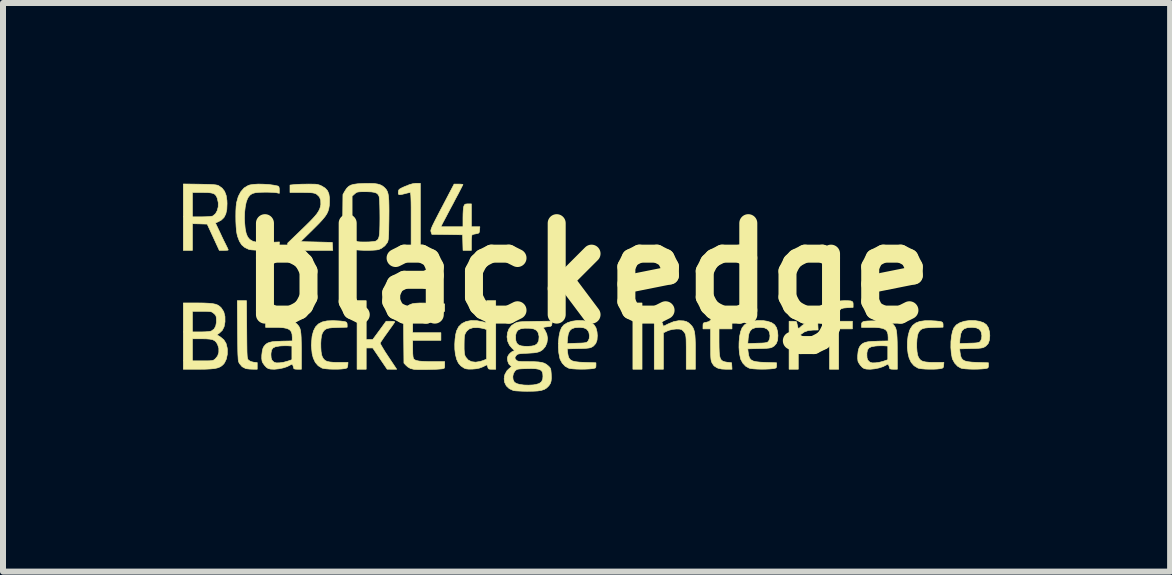
<source format=kicad_pcb>
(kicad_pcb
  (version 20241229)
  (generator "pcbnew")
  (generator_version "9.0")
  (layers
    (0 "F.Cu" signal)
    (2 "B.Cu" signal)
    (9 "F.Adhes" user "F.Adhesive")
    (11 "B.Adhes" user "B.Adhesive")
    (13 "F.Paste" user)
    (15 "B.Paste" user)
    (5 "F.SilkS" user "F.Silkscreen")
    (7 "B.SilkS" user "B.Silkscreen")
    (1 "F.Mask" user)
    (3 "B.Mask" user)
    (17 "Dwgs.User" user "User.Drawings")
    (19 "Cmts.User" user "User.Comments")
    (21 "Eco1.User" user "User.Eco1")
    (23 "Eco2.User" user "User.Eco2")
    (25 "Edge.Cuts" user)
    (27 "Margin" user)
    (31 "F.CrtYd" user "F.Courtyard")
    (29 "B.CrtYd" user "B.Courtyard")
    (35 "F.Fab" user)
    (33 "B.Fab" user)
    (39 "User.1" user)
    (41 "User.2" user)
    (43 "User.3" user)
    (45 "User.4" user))
  (footprint "blackedge"
    (layer "F.Cu")
    (at 6.736 1.504)
    (property "Reference" "blackedge" (at 0 0 0) (layer "F.SilkS") (effects (font (size 1.524 1.524) (thickness 0.3))))
    (attr through_hole)
    (fp_poly (pts (xy 0.914 1.6) (xy 0.762 1.6) (xy 0.762 0.495) (xy 0.914 0.495) (xy 0.914 1.6)) (stroke (width 0.01) (type solid)) (fill yes) (layer "F.SilkS"))
    (fp_poly (pts (xy 3.842 0.794) (xy 3.845 0.87) (xy 3.849 0.946) (xy 3.763 0.947) (xy 3.684 0.955) (xy 3.619 0.978) (xy 3.561 1.019) (xy 3.553 1.026) (xy 3.518 1.059) (xy 3.518 1.6) (xy 3.365 1.6) (xy 3.365 0.8) (xy 3.429 0.8) (xy 3.473 0.803) (xy 3.492 0.812) (xy 3.493 0.816) (xy 3.496 0.838) (xy 3.504 0.872) (xy 3.506 0.88) (xy 3.519 0.928) (xy 3.583 0.871) (xy 3.654 0.82) (xy 3.726 0.793) (xy 3.795 0.79) (xy 3.842 0.794)) (stroke (width 0.01) (type solid)) (fill yes) (layer "F.SilkS"))
    (fp_poly (pts (xy -2.781 -1.499) (xy -2.781 -0.381) (xy -2.934 -0.381) (xy -2.934 -0.864) (xy -2.934 -0.992) (xy -2.934 -1.098) (xy -2.935 -1.181) (xy -2.937 -1.246) (xy -2.939 -1.292) (xy -2.942 -1.323) (xy -2.945 -1.341) (xy -2.949 -1.346) (xy -2.95 -1.346) (xy -2.97 -1.343) (xy -3.006 -1.335) (xy -3.035 -1.327) (xy -3.089 -1.314) (xy -3.123 -1.309) (xy -3.141 -1.313) (xy -3.148 -1.329) (xy -3.147 -1.354) (xy -3.144 -1.376) (xy -3.137 -1.392) (xy -3.121 -1.406) (xy -3.092 -1.422) (xy -3.046 -1.443) (xy -3.03 -1.45) (xy -2.962 -1.477) (xy -2.908 -1.492) (xy -2.862 -1.498) (xy -2.849 -1.499) (xy -2.781 -1.499)) (stroke (width 0.01) (type solid)) (fill yes) (layer "F.SilkS"))
    (fp_poly (pts (xy -5.674 0.939) (xy -5.673 1.063) (xy -5.672 1.163) (xy -5.671 1.243) (xy -5.67 1.306) (xy -5.668 1.353) (xy -5.666 1.387) (xy -5.662 1.411) (xy -5.658 1.427) (xy -5.653 1.437) (xy -5.647 1.445) (xy -5.643 1.449) (xy -5.607 1.471) (xy -5.558 1.483) (xy -5.499 1.489) (xy -5.499 1.6) (xy -5.578 1.599) (xy -5.627 1.597) (xy -5.671 1.592) (xy -5.694 1.587) (xy -5.75 1.558) (xy -5.795 1.505) (xy -5.802 1.492) (xy -5.807 1.48) (xy -5.812 1.463) (xy -5.816 1.438) (xy -5.818 1.403) (xy -5.821 1.356) (xy -5.823 1.294) (xy -5.824 1.215) (xy -5.825 1.116) (xy -5.827 0.994) (xy -5.827 0.956) (xy -5.831 0.457) (xy -5.678 0.457) (xy -5.674 0.939)) (stroke (width 0.01) (type solid)) (fill yes) (layer "F.SilkS"))
    (fp_poly (pts (xy -3.683 1.105) (xy -3.574 1.105) (xy -3.462 0.953) (xy -3.351 0.8) (xy -3.275 0.8) (xy -3.232 0.801) (xy -3.211 0.806) (xy -3.208 0.814) (xy -3.209 0.816) (xy -3.219 0.831) (xy -3.242 0.864) (xy -3.273 0.908) (xy -3.311 0.961) (xy -3.331 0.989) (xy -3.371 1.045) (xy -3.405 1.094) (xy -3.431 1.133) (xy -3.447 1.157) (xy -3.45 1.162) (xy -3.445 1.178) (xy -3.428 1.21) (xy -3.4 1.257) (xy -3.365 1.314) (xy -3.323 1.378) (xy -3.315 1.39) (xy -3.175 1.6) (xy -3.254 1.6) (xy -3.334 1.599) (xy -3.454 1.422) (xy -3.574 1.245) (xy -3.683 1.245) (xy -3.683 1.6) (xy -3.835 1.6) (xy -3.835 0.457) (xy -3.683 0.457) (xy -3.683 1.105)) (stroke (width 0.01) (type solid)) (fill yes) (layer "F.SilkS"))
    (fp_poly (pts (xy 4.35 0.458) (xy 4.392 0.461) (xy 4.416 0.47) (xy 4.428 0.484) (xy 4.432 0.507) (xy 4.432 0.521) (xy 4.432 0.569) (xy 4.336 0.574) (xy 4.273 0.58) (xy 4.231 0.593) (xy 4.206 0.619) (xy 4.194 0.66) (xy 4.191 0.719) (xy 4.191 0.8) (xy 4.42 0.8) (xy 4.42 0.927) (xy 4.191 0.927) (xy 4.191 1.6) (xy 4.039 1.6) (xy 4.039 0.927) (xy 3.924 0.927) (xy 3.924 0.877) (xy 3.925 0.849) (xy 3.932 0.831) (xy 3.951 0.821) (xy 3.987 0.811) (xy 4.002 0.808) (xy 4.019 0.803) (xy 4.029 0.792) (xy 4.035 0.772) (xy 4.039 0.735) (xy 4.041 0.701) (xy 4.051 0.614) (xy 4.073 0.549) (xy 4.108 0.503) (xy 4.158 0.474) (xy 4.227 0.46) (xy 4.288 0.457) (xy 4.35 0.458)) (stroke (width 0.01) (type solid)) (fill yes) (layer "F.SilkS"))
    (fp_poly (pts (xy 1.609 0.794) (xy 1.653 0.805) (xy 1.69 0.826) (xy 1.722 0.855) (xy 1.746 0.881) (xy 1.764 0.909) (xy 1.778 0.942) (xy 1.789 0.982) (xy 1.796 1.035) (xy 1.8 1.102) (xy 1.803 1.187) (xy 1.803 1.293) (xy 1.803 1.321) (xy 1.803 1.6) (xy 1.651 1.6) (xy 1.651 1.318) (xy 1.651 1.225) (xy 1.65 1.153) (xy 1.649 1.101) (xy 1.646 1.062) (xy 1.642 1.035) (xy 1.637 1.016) (xy 1.629 1) (xy 1.626 0.995) (xy 1.602 0.963) (xy 1.576 0.941) (xy 1.574 0.939) (xy 1.537 0.93) (xy 1.485 0.929) (xy 1.426 0.935) (xy 1.368 0.949) (xy 1.33 0.964) (xy 1.27 0.993) (xy 1.27 1.6) (xy 1.118 1.6) (xy 1.118 0.8) (xy 1.18 0.8) (xy 1.218 0.801) (xy 1.239 0.808) (xy 1.25 0.825) (xy 1.257 0.842) (xy 1.27 0.884) (xy 1.353 0.843) (xy 1.443 0.806) (xy 1.527 0.79) (xy 1.609 0.794)) (stroke (width 0.01) (type solid)) (fill yes) (layer "F.SilkS"))
    (fp_poly (pts (xy 2.197 0.8) (xy 2.413 0.8) (xy 2.413 0.927) (xy 2.197 0.927) (xy 2.197 1.14) (xy 2.198 1.24) (xy 2.201 1.317) (xy 2.207 1.376) (xy 2.218 1.418) (xy 2.235 1.446) (xy 2.26 1.465) (xy 2.293 1.476) (xy 2.336 1.484) (xy 2.342 1.484) (xy 2.407 1.492) (xy 2.414 1.6) (xy 2.315 1.6) (xy 2.242 1.596) (xy 2.185 1.584) (xy 2.163 1.575) (xy 2.114 1.543) (xy 2.084 1.5) (xy 2.075 1.481) (xy 2.068 1.46) (xy 2.063 1.433) (xy 2.06 1.398) (xy 2.058 1.348) (xy 2.058 1.282) (xy 2.057 1.194) (xy 2.057 0.927) (xy 1.93 0.927) (xy 1.93 0.876) (xy 1.932 0.844) (xy 1.941 0.828) (xy 1.966 0.82) (xy 1.982 0.818) (xy 2.031 0.804) (xy 2.059 0.779) (xy 2.07 0.741) (xy 2.07 0.731) (xy 2.072 0.692) (xy 2.076 0.644) (xy 2.078 0.63) (xy 2.086 0.572) (xy 2.197 0.572) (xy 2.197 0.8)) (stroke (width 0.01) (type solid)) (fill yes) (layer "F.SilkS"))
    (fp_poly (pts (xy -4.575 -1.485) (xy -4.528 -1.484) (xy -4.493 -1.479) (xy -4.464 -1.471) (xy -4.435 -1.459) (xy -4.419 -1.451) (xy -4.365 -1.417) (xy -4.328 -1.376) (xy -4.305 -1.324) (xy -4.295 -1.256) (xy -4.295 -1.187) (xy -4.298 -1.129) (xy -4.306 -1.079) (xy -4.319 -1.034) (xy -4.34 -0.989) (xy -4.371 -0.943) (xy -4.414 -0.891) (xy -4.471 -0.829) (xy -4.544 -0.756) (xy -4.574 -0.726) (xy -4.777 -0.527) (xy -4.512 -0.521) (xy -4.248 -0.514) (xy -4.244 -0.448) (xy -4.24 -0.381) (xy -4.991 -0.381) (xy -4.991 -0.503) (xy -4.753 -0.732) (xy -4.668 -0.815) (xy -4.6 -0.883) (xy -4.547 -0.94) (xy -4.507 -0.988) (xy -4.479 -1.03) (xy -4.459 -1.069) (xy -4.447 -1.106) (xy -4.439 -1.145) (xy -4.439 -1.15) (xy -4.441 -1.218) (xy -4.463 -1.274) (xy -4.506 -1.315) (xy -4.521 -1.324) (xy -4.544 -1.333) (xy -4.572 -1.339) (xy -4.611 -1.343) (xy -4.664 -1.345) (xy -4.738 -1.346) (xy -4.759 -1.346) (xy -4.953 -1.346) (xy -4.953 -1.47) (xy -4.875 -1.478) (xy -4.83 -1.481) (xy -4.768 -1.484) (xy -4.699 -1.485) (xy -4.642 -1.486) (xy -4.575 -1.485)) (stroke (width 0.01) (type solid)) (fill yes) (layer "F.SilkS"))
    (fp_poly (pts (xy -4.187 0.792) (xy -4.114 0.796) (xy -4.064 0.802) (xy -4.031 0.808) (xy -4.012 0.818) (xy -4.003 0.832) (xy -4.001 0.852) (xy -4 0.857) (xy -4 0.899) (xy -4.162 0.904) (xy -4.242 0.907) (xy -4.3 0.913) (xy -4.342 0.924) (xy -4.372 0.941) (xy -4.395 0.966) (xy -4.415 1) (xy -4.415 1.001) (xy -4.428 1.041) (xy -4.436 1.099) (xy -4.44 1.167) (xy -4.439 1.238) (xy -4.435 1.305) (xy -4.426 1.36) (xy -4.417 1.387) (xy -4.397 1.424) (xy -4.371 1.451) (xy -4.336 1.469) (xy -4.288 1.479) (xy -4.222 1.485) (xy -4.149 1.486) (xy -3.986 1.486) (xy -3.99 1.533) (xy -3.995 1.564) (xy -4.007 1.58) (xy -4.035 1.588) (xy -4.045 1.59) (xy -4.097 1.596) (xy -4.161 1.599) (xy -4.23 1.599) (xy -4.297 1.597) (xy -4.357 1.592) (xy -4.402 1.585) (xy -4.42 1.58) (xy -4.483 1.541) (xy -4.531 1.486) (xy -4.565 1.413) (xy -4.584 1.34) (xy -4.597 1.202) (xy -4.586 1.063) (xy -4.584 1.047) (xy -4.561 0.961) (xy -4.527 0.894) (xy -4.479 0.845) (xy -4.416 0.812) (xy -4.336 0.794) (xy -4.236 0.79) (xy -4.187 0.792)) (stroke (width 0.01) (type solid)) (fill yes) (layer "F.SilkS"))
    (fp_poly (pts (xy 5.734 0.791) (xy 5.745 0.792) (xy 5.817 0.796) (xy 5.868 0.802) (xy 5.901 0.808) (xy 5.92 0.818) (xy 5.928 0.832) (xy 5.931 0.852) (xy 5.931 0.857) (xy 5.931 0.899) (xy 5.769 0.904) (xy 5.69 0.907) (xy 5.631 0.913) (xy 5.589 0.924) (xy 5.559 0.941) (xy 5.536 0.966) (xy 5.516 1) (xy 5.516 1.001) (xy 5.504 1.041) (xy 5.496 1.099) (xy 5.492 1.167) (xy 5.492 1.238) (xy 5.497 1.305) (xy 5.506 1.36) (xy 5.515 1.387) (xy 5.535 1.424) (xy 5.56 1.451) (xy 5.595 1.469) (xy 5.643 1.479) (xy 5.71 1.485) (xy 5.782 1.486) (xy 5.945 1.486) (xy 5.941 1.533) (xy 5.937 1.564) (xy 5.924 1.58) (xy 5.896 1.588) (xy 5.886 1.59) (xy 5.835 1.596) (xy 5.771 1.599) (xy 5.702 1.599) (xy 5.634 1.597) (xy 5.574 1.592) (xy 5.529 1.585) (xy 5.512 1.58) (xy 5.448 1.541) (xy 5.4 1.486) (xy 5.366 1.413) (xy 5.348 1.34) (xy 5.336 1.242) (xy 5.337 1.141) (xy 5.348 1.046) (xy 5.37 0.962) (xy 5.386 0.925) (xy 5.424 0.87) (xy 5.476 0.829) (xy 5.543 0.803) (xy 5.629 0.791) (xy 5.734 0.791)) (stroke (width 0.01) (type solid)) (fill yes) (layer "F.SilkS"))
    (fp_poly (pts (xy -2.105 -1.485) (xy -2.078 -1.482) (xy -2.07 -1.479) (xy -2.076 -1.467) (xy -2.092 -1.435) (xy -2.117 -1.386) (xy -2.149 -1.324) (xy -2.188 -1.252) (xy -2.23 -1.171) (xy -2.233 -1.165) (xy -2.278 -1.082) (xy -2.319 -1.004) (xy -2.355 -0.935) (xy -2.385 -0.879) (xy -2.407 -0.838) (xy -2.418 -0.816) (xy -2.439 -0.775) (xy -2.07 -0.775) (xy -2.07 -0.925) (xy -2.069 -0.989) (xy -2.066 -1.046) (xy -2.061 -1.092) (xy -2.056 -1.116) (xy -2.045 -1.141) (xy -2.029 -1.152) (xy -1.999 -1.156) (xy -1.986 -1.156) (xy -1.93 -1.156) (xy -1.93 -0.775) (xy -1.789 -0.775) (xy -1.793 -0.721) (xy -1.797 -0.687) (xy -1.807 -0.67) (xy -1.831 -0.662) (xy -1.851 -0.658) (xy -1.888 -0.651) (xy -1.913 -0.643) (xy -1.918 -0.641) (xy -1.923 -0.626) (xy -1.927 -0.591) (xy -1.93 -0.543) (xy -1.93 -0.507) (xy -1.93 -0.381) (xy -2.069 -0.381) (xy -2.076 -0.641) (xy -2.332 -0.645) (xy -2.588 -0.648) (xy -2.602 -0.687) (xy -2.605 -0.699) (xy -2.606 -0.713) (xy -2.602 -0.73) (xy -2.594 -0.754) (xy -2.58 -0.788) (xy -2.558 -0.833) (xy -2.529 -0.891) (xy -2.49 -0.967) (xy -2.441 -1.061) (xy -2.417 -1.106) (xy -2.218 -1.486) (xy -2.144 -1.486) (xy -2.105 -1.485)) (stroke (width 0.01) (type solid)) (fill yes) (layer "F.SilkS"))
    (fp_poly (pts (xy -6.455 -1.484) (xy -6.36 -1.482) (xy -6.287 -1.48) (xy -6.232 -1.477) (xy -6.193 -1.473) (xy -6.165 -1.468) (xy -6.146 -1.461) (xy -6.14 -1.458) (xy -6.084 -1.418) (xy -6.043 -1.365) (xy -6.017 -1.297) (xy -6.004 -1.212) (xy -6.002 -1.162) (xy -6.006 -1.065) (xy -6.023 -0.989) (xy -6.053 -0.93) (xy -6.098 -0.886) (xy -6.149 -0.858) (xy -6.196 -0.838) (xy -6.122 -0.683) (xy -6.092 -0.618) (xy -6.062 -0.555) (xy -6.035 -0.501) (xy -6.016 -0.463) (xy -6.015 -0.461) (xy -5.997 -0.424) (xy -5.985 -0.397) (xy -5.982 -0.388) (xy -5.993 -0.384) (xy -6.023 -0.382) (xy -6.056 -0.381) (xy -6.131 -0.381) (xy -6.232 -0.6) (xy -6.333 -0.819) (xy -6.456 -0.823) (xy -6.579 -0.826) (xy -6.579 -0.381) (xy -6.731 -0.381) (xy -6.731 -1.346) (xy -6.579 -1.346) (xy -6.579 -0.94) (xy -6.423 -0.94) (xy -6.345 -0.942) (xy -6.285 -0.946) (xy -6.246 -0.952) (xy -6.237 -0.956) (xy -6.195 -0.991) (xy -6.166 -1.043) (xy -6.149 -1.106) (xy -6.148 -1.175) (xy -6.163 -1.244) (xy -6.165 -1.251) (xy -6.181 -1.286) (xy -6.201 -1.312) (xy -6.229 -1.329) (xy -6.269 -1.339) (xy -6.325 -1.345) (xy -6.402 -1.346) (xy -6.419 -1.346) (xy -6.579 -1.346) (xy -6.731 -1.346) (xy -6.731 -1.488) (xy -6.455 -1.484)) (stroke (width 0.01) (type solid)) (fill yes) (layer "F.SilkS"))
    (fp_poly (pts (xy -5.396 -1.484) (xy -5.307 -1.479) (xy -5.225 -1.468) (xy -5.157 -1.454) (xy -5.153 -1.453) (xy -5.138 -1.441) (xy -5.132 -1.415) (xy -5.131 -1.389) (xy -5.131 -1.332) (xy -5.178 -1.342) (xy -5.21 -1.346) (xy -5.26 -1.349) (xy -5.321 -1.351) (xy -5.379 -1.351) (xy -5.465 -1.349) (xy -5.531 -1.342) (xy -5.579 -1.329) (xy -5.615 -1.306) (xy -5.643 -1.274) (xy -5.661 -1.244) (xy -5.683 -1.184) (xy -5.699 -1.105) (xy -5.709 -1.013) (xy -5.712 -0.915) (xy -5.709 -0.848) (xy -5.7 -0.747) (xy -5.684 -0.667) (xy -5.66 -0.607) (xy -5.624 -0.563) (xy -5.574 -0.534) (xy -5.508 -0.517) (xy -5.422 -0.511) (xy -5.314 -0.513) (xy -5.305 -0.513) (xy -5.129 -0.522) (xy -5.133 -0.467) (xy -5.137 -0.413) (xy -5.207 -0.398) (xy -5.258 -0.391) (xy -5.322 -0.386) (xy -5.395 -0.383) (xy -5.469 -0.383) (xy -5.538 -0.386) (xy -5.596 -0.39) (xy -5.637 -0.397) (xy -5.642 -0.399) (xy -5.707 -0.43) (xy -5.758 -0.474) (xy -5.796 -0.534) (xy -5.826 -0.613) (xy -5.836 -0.653) (xy -5.845 -0.708) (xy -5.851 -0.78) (xy -5.855 -0.864) (xy -5.856 -0.952) (xy -5.855 -1.037) (xy -5.851 -1.113) (xy -5.844 -1.171) (xy -5.843 -1.178) (xy -5.815 -1.278) (xy -5.772 -1.359) (xy -5.718 -1.421) (xy -5.652 -1.461) (xy -5.62 -1.472) (xy -5.559 -1.481) (xy -5.482 -1.486) (xy -5.396 -1.484)) (stroke (width 0.01) (type solid)) (fill yes) (layer "F.SilkS"))
    (fp_poly (pts (xy -2.704 0.497) (xy -2.597 0.501) (xy -2.586 0.501) (xy -2.375 0.511) (xy -2.375 0.635) (xy -2.608 0.635) (xy -2.703 0.635) (xy -2.775 0.637) (xy -2.828 0.642) (xy -2.865 0.653) (xy -2.888 0.671) (xy -2.901 0.699) (xy -2.907 0.739) (xy -2.908 0.793) (xy -2.908 0.839) (xy -2.908 0.991) (xy -2.438 0.991) (xy -2.438 1.118) (xy -2.908 1.118) (xy -2.908 1.261) (xy -2.907 1.34) (xy -2.902 1.394) (xy -2.894 1.424) (xy -2.892 1.427) (xy -2.874 1.443) (xy -2.844 1.455) (xy -2.799 1.464) (xy -2.737 1.469) (xy -2.654 1.472) (xy -2.575 1.473) (xy -2.375 1.473) (xy -2.375 1.53) (xy -2.376 1.565) (xy -2.383 1.583) (xy -2.402 1.59) (xy -2.416 1.593) (xy -2.453 1.596) (xy -2.508 1.6) (xy -2.575 1.602) (xy -2.648 1.604) (xy -2.721 1.605) (xy -2.788 1.605) (xy -2.843 1.604) (xy -2.881 1.602) (xy -2.889 1.601) (xy -2.946 1.587) (xy -2.99 1.561) (xy -3.023 1.531) (xy -3.054 1.497) (xy -3.058 1.068) (xy -3.059 0.953) (xy -3.06 0.86) (xy -3.06 0.787) (xy -3.059 0.731) (xy -3.058 0.689) (xy -3.055 0.659) (xy -3.052 0.638) (xy -3.047 0.622) (xy -3.041 0.61) (xy -3.033 0.598) (xy -3.033 0.597) (xy -3.008 0.565) (xy -2.981 0.539) (xy -2.949 0.52) (xy -2.909 0.507) (xy -2.857 0.5) (xy -2.789 0.496) (xy -2.704 0.497)) (stroke (width 0.01) (type solid)) (fill yes) (layer "F.SilkS"))
    (fp_poly (pts (xy -1.524 1.6) (xy -1.586 1.6) (xy -1.624 1.599) (xy -1.644 1.593) (xy -1.653 1.578) (xy -1.657 1.561) (xy -1.666 1.536) (xy -1.674 1.527) (xy -1.674 1.527) (xy -1.741 1.56) (xy -1.797 1.581) (xy -1.852 1.592) (xy -1.911 1.597) (xy -1.973 1.598) (xy -2.017 1.593) (xy -2.048 1.582) (xy -2.051 1.581) (xy -2.105 1.544) (xy -2.146 1.497) (xy -2.175 1.435) (xy -2.196 1.353) (xy -2.198 1.339) (xy -2.206 1.266) (xy -2.207 1.194) (xy -2.051 1.194) (xy -2.051 1.263) (xy -2.048 1.312) (xy -2.044 1.347) (xy -2.037 1.373) (xy -2.026 1.396) (xy -2.025 1.397) (xy -1.984 1.445) (xy -1.928 1.474) (xy -1.859 1.482) (xy -1.781 1.47) (xy -1.73 1.453) (xy -1.676 1.431) (xy -1.676 0.939) (xy -1.711 0.926) (xy -1.743 0.918) (xy -1.788 0.91) (xy -1.829 0.906) (xy -1.904 0.908) (xy -1.962 0.926) (xy -2.006 0.963) (xy -2.025 0.991) (xy -2.036 1.013) (xy -2.044 1.039) (xy -2.048 1.073) (xy -2.05 1.121) (xy -2.051 1.189) (xy -2.051 1.194) (xy -2.207 1.194) (xy -2.207 1.182) (xy -2.202 1.097) (xy -2.191 1.019) (xy -2.177 0.961) (xy -2.141 0.89) (xy -2.087 0.838) (xy -2.018 0.804) (xy -1.933 0.788) (xy -1.835 0.791) (xy -1.724 0.813) (xy -1.699 0.82) (xy -1.69 0.821) (xy -1.684 0.815) (xy -1.68 0.798) (xy -1.678 0.767) (xy -1.677 0.719) (xy -1.676 0.648) (xy -1.676 0.642) (xy -1.676 0.457) (xy -1.524 0.457) (xy -1.524 1.6)) (stroke (width 0.01) (type solid)) (fill yes) (layer "F.SilkS"))
    (fp_poly (pts (xy -0.078 0.789) (xy -0.009 0.8) (xy 0.061 0.822) (xy 0.112 0.857) (xy 0.146 0.908) (xy 0.164 0.977) (xy 0.169 1.039) (xy 0.164 1.113) (xy 0.143 1.17) (xy 0.106 1.212) (xy 0.091 1.222) (xy 0.07 1.234) (xy 0.048 1.242) (xy 0.019 1.247) (xy -0.021 1.251) (xy -0.078 1.254) (xy -0.145 1.255) (xy -0.333 1.26) (xy -0.326 1.324) (xy -0.317 1.375) (xy -0.303 1.414) (xy -0.28 1.442) (xy -0.245 1.462) (xy -0.195 1.474) (xy -0.125 1.482) (xy -0.038 1.486) (xy 0.146 1.492) (xy 0.146 1.537) (xy 0.144 1.564) (xy 0.135 1.579) (xy 0.111 1.586) (xy 0.089 1.59) (xy 0.034 1.595) (xy -0.033 1.598) (xy -0.105 1.599) (xy -0.177 1.597) (xy -0.24 1.593) (xy -0.289 1.587) (xy -0.311 1.581) (xy -0.368 1.549) (xy -0.416 1.498) (xy -0.45 1.436) (xy -0.457 1.412) (xy -0.473 1.328) (xy -0.48 1.235) (xy -0.479 1.172) (xy -0.334 1.172) (xy -0.172 1.166) (xy -0.104 1.164) (xy -0.058 1.161) (xy -0.027 1.156) (xy -0.007 1.15) (xy 0.006 1.14) (xy 0.014 1.131) (xy 0.033 1.092) (xy 0.038 1.041) (xy 0.029 0.989) (xy 0.02 0.967) (xy -0.01 0.931) (xy -0.055 0.91) (xy -0.12 0.902) (xy -0.132 0.902) (xy -0.204 0.907) (xy -0.256 0.925) (xy -0.292 0.958) (xy -0.315 1.009) (xy -0.327 1.082) (xy -0.327 1.09) (xy -0.334 1.172) (xy -0.479 1.172) (xy -0.478 1.14) (xy -0.469 1.049) (xy -0.452 0.97) (xy -0.428 0.909) (xy -0.428 0.909) (xy -0.389 0.861) (xy -0.33 0.825) (xy -0.255 0.8) (xy -0.17 0.788) (xy -0.078 0.789)) (stroke (width 0.01) (type solid)) (fill yes) (layer "F.SilkS"))
    (fp_poly (pts (xy 2.932 0.789) (xy 3.001 0.8) (xy 3.071 0.822) (xy 3.122 0.857) (xy 3.156 0.908) (xy 3.174 0.977) (xy 3.179 1.039) (xy 3.174 1.113) (xy 3.153 1.17) (xy 3.116 1.212) (xy 3.1 1.222) (xy 3.08 1.234) (xy 3.058 1.242) (xy 3.029 1.247) (xy 2.988 1.251) (xy 2.932 1.254) (xy 2.865 1.255) (xy 2.676 1.26) (xy 2.684 1.324) (xy 2.693 1.375) (xy 2.707 1.414) (xy 2.73 1.442) (xy 2.765 1.462) (xy 2.815 1.474) (xy 2.885 1.482) (xy 2.972 1.486) (xy 3.156 1.492) (xy 3.156 1.537) (xy 3.154 1.564) (xy 3.145 1.579) (xy 3.121 1.586) (xy 3.099 1.59) (xy 3.044 1.595) (xy 2.977 1.598) (xy 2.905 1.599) (xy 2.833 1.597) (xy 2.77 1.593) (xy 2.721 1.587) (xy 2.699 1.581) (xy 2.642 1.549) (xy 2.594 1.498) (xy 2.56 1.436) (xy 2.553 1.412) (xy 2.537 1.328) (xy 2.53 1.235) (xy 2.531 1.172) (xy 2.676 1.172) (xy 2.838 1.166) (xy 2.906 1.164) (xy 2.952 1.161) (xy 2.983 1.156) (xy 3.003 1.15) (xy 3.016 1.14) (xy 3.024 1.131) (xy 3.042 1.092) (xy 3.047 1.041) (xy 3.039 0.989) (xy 3.03 0.967) (xy 3 0.931) (xy 2.955 0.91) (xy 2.89 0.902) (xy 2.878 0.902) (xy 2.806 0.907) (xy 2.753 0.925) (xy 2.718 0.958) (xy 2.695 1.009) (xy 2.683 1.082) (xy 2.683 1.09) (xy 2.676 1.172) (xy 2.531 1.172) (xy 2.532 1.14) (xy 2.541 1.049) (xy 2.558 0.97) (xy 2.582 0.909) (xy 2.582 0.909) (xy 2.621 0.861) (xy 2.68 0.825) (xy 2.755 0.8) (xy 2.84 0.788) (xy 2.932 0.789)) (stroke (width 0.01) (type solid)) (fill yes) (layer "F.SilkS"))
    (fp_poly (pts (xy 6.463 0.789) (xy 6.532 0.8) (xy 6.602 0.822) (xy 6.653 0.857) (xy 6.686 0.908) (xy 6.705 0.977) (xy 6.71 1.039) (xy 6.704 1.113) (xy 6.684 1.17) (xy 6.646 1.212) (xy 6.631 1.222) (xy 6.611 1.234) (xy 6.588 1.242) (xy 6.559 1.247) (xy 6.519 1.251) (xy 6.462 1.254) (xy 6.396 1.255) (xy 6.207 1.26) (xy 6.215 1.324) (xy 6.223 1.375) (xy 6.237 1.414) (xy 6.26 1.442) (xy 6.295 1.462) (xy 6.346 1.474) (xy 6.415 1.482) (xy 6.502 1.486) (xy 6.687 1.492) (xy 6.687 1.537) (xy 6.685 1.564) (xy 6.676 1.579) (xy 6.652 1.586) (xy 6.629 1.59) (xy 6.574 1.595) (xy 6.508 1.598) (xy 6.435 1.599) (xy 6.364 1.597) (xy 6.3 1.593) (xy 6.251 1.587) (xy 6.229 1.581) (xy 6.173 1.549) (xy 6.125 1.498) (xy 6.091 1.436) (xy 6.083 1.412) (xy 6.068 1.328) (xy 6.061 1.235) (xy 6.062 1.172) (xy 6.207 1.172) (xy 6.369 1.166) (xy 6.436 1.164) (xy 6.483 1.161) (xy 6.514 1.156) (xy 6.534 1.15) (xy 6.547 1.14) (xy 6.555 1.131) (xy 6.573 1.092) (xy 6.578 1.041) (xy 6.569 0.989) (xy 6.561 0.967) (xy 6.531 0.931) (xy 6.485 0.91) (xy 6.42 0.902) (xy 6.408 0.902) (xy 6.336 0.907) (xy 6.284 0.925) (xy 6.248 0.958) (xy 6.226 1.009) (xy 6.214 1.082) (xy 6.213 1.09) (xy 6.207 1.172) (xy 6.062 1.172) (xy 6.062 1.14) (xy 6.072 1.049) (xy 6.088 0.97) (xy 6.112 0.909) (xy 6.112 0.909) (xy 6.152 0.861) (xy 6.211 0.825) (xy 6.285 0.8) (xy 6.371 0.788) (xy 6.463 0.789)) (stroke (width 0.01) (type solid)) (fill yes) (layer "F.SilkS"))
    (fp_poly (pts (xy -6.393 0.496) (xy -6.31 0.5) (xy -6.245 0.506) (xy -6.195 0.516) (xy -6.156 0.531) (xy -6.125 0.552) (xy -6.098 0.578) (xy -6.098 0.578) (xy -6.057 0.642) (xy -6.037 0.72) (xy -6.036 0.809) (xy -6.051 0.89) (xy -6.082 0.952) (xy -6.131 0.998) (xy -6.131 0.998) (xy -6.171 1.026) (xy -6.111 1.063) (xy -6.056 1.109) (xy -6.019 1.168) (xy -6 1.243) (xy -5.997 1.268) (xy -5.998 1.353) (xy -6.014 1.43) (xy -6.044 1.493) (xy -6.062 1.516) (xy -6.091 1.543) (xy -6.124 1.563) (xy -6.164 1.578) (xy -6.215 1.589) (xy -6.281 1.595) (xy -6.365 1.599) (xy -6.471 1.6) (xy -6.486 1.6) (xy -6.731 1.6) (xy -6.731 1.092) (xy -6.579 1.092) (xy -6.579 1.46) (xy -6.408 1.46) (xy -6.339 1.46) (xy -6.29 1.459) (xy -6.257 1.456) (xy -6.234 1.451) (xy -6.217 1.442) (xy -6.201 1.429) (xy -6.199 1.428) (xy -6.159 1.379) (xy -6.139 1.318) (xy -6.139 1.251) (xy -6.16 1.186) (xy -6.181 1.151) (xy -6.206 1.126) (xy -6.24 1.108) (xy -6.287 1.098) (xy -6.352 1.093) (xy -6.425 1.092) (xy -6.579 1.092) (xy -6.731 1.092) (xy -6.731 0.635) (xy -6.579 0.635) (xy -6.579 0.978) (xy -6.436 0.978) (xy -6.364 0.976) (xy -6.307 0.972) (xy -6.27 0.965) (xy -6.262 0.962) (xy -6.218 0.929) (xy -6.191 0.882) (xy -6.179 0.818) (xy -6.179 0.792) (xy -6.18 0.746) (xy -6.185 0.717) (xy -6.196 0.695) (xy -6.218 0.673) (xy -6.22 0.672) (xy -6.238 0.657) (xy -6.255 0.646) (xy -6.276 0.64) (xy -6.306 0.637) (xy -6.351 0.635) (xy -6.415 0.635) (xy -6.579 0.635) (xy -6.731 0.635) (xy -6.731 0.495) (xy -6.498 0.495) (xy -6.393 0.496)) (stroke (width 0.01) (type solid)) (fill yes) (layer "F.SilkS"))
    (fp_poly (pts (xy -5.02 0.795) (xy -4.955 0.799) (xy -4.906 0.807) (xy -4.87 0.822) (xy -4.841 0.842) (xy -4.815 0.872) (xy -4.81 0.878) (xy -4.796 0.9) (xy -4.785 0.927) (xy -4.777 0.963) (xy -4.771 1.009) (xy -4.767 1.07) (xy -4.765 1.148) (xy -4.763 1.247) (xy -4.763 1.311) (xy -4.763 1.6) (xy -4.826 1.6) (xy -4.862 1.598) (xy -4.885 1.593) (xy -4.889 1.588) (xy -4.894 1.569) (xy -4.902 1.543) (xy -4.913 1.519) (xy -4.926 1.517) (xy -4.946 1.528) (xy -5 1.556) (xy -5.068 1.578) (xy -5.142 1.593) (xy -5.214 1.6) (xy -5.277 1.597) (xy -5.316 1.588) (xy -5.347 1.567) (xy -5.38 1.531) (xy -5.407 1.492) (xy -5.418 1.466) (xy -5.424 1.42) (xy -5.423 1.364) (xy -5.422 1.356) (xy -5.271 1.356) (xy -5.267 1.411) (xy -5.254 1.448) (xy -5.229 1.474) (xy -5.213 1.485) (xy -5.179 1.494) (xy -5.128 1.493) (xy -5.066 1.485) (xy -5.001 1.468) (xy -4.991 1.465) (xy -4.921 1.441) (xy -4.921 1.213) (xy -4.985 1.209) (xy -5.034 1.208) (xy -5.092 1.21) (xy -5.129 1.213) (xy -5.193 1.224) (xy -5.235 1.244) (xy -5.259 1.277) (xy -5.269 1.326) (xy -5.271 1.356) (xy -5.422 1.356) (xy -5.416 1.306) (xy -5.405 1.256) (xy -5.39 1.223) (xy -5.389 1.223) (xy -5.363 1.191) (xy -5.334 1.168) (xy -5.298 1.153) (xy -5.251 1.142) (xy -5.188 1.136) (xy -5.105 1.133) (xy -5.096 1.132) (xy -4.915 1.128) (xy -4.915 1.069) (xy -4.919 1.013) (xy -4.934 0.971) (xy -4.961 0.94) (xy -5.003 0.92) (xy -5.064 0.908) (xy -5.146 0.902) (xy -5.197 0.902) (xy -5.359 0.902) (xy -5.359 0.857) (xy -5.358 0.836) (xy -5.35 0.82) (xy -5.334 0.808) (xy -5.305 0.801) (xy -5.261 0.796) (xy -5.198 0.794) (xy -5.114 0.794) (xy -5.105 0.794) (xy -5.02 0.795)) (stroke (width 0.01) (type solid)) (fill yes) (layer "F.SilkS"))
    (fp_poly (pts (xy 4.912 0.795) (xy 4.976 0.799) (xy 5.025 0.807) (xy 5.061 0.822) (xy 5.09 0.842) (xy 5.116 0.872) (xy 5.121 0.878) (xy 5.135 0.9) (xy 5.146 0.927) (xy 5.154 0.963) (xy 5.16 1.009) (xy 5.164 1.07) (xy 5.167 1.148) (xy 5.168 1.247) (xy 5.168 1.311) (xy 5.169 1.6) (xy 5.105 1.6) (xy 5.069 1.598) (xy 5.046 1.593) (xy 5.042 1.588) (xy 5.038 1.569) (xy 5.029 1.543) (xy 5.018 1.519) (xy 5.005 1.517) (xy 4.986 1.528) (xy 4.931 1.556) (xy 4.863 1.578) (xy 4.789 1.593) (xy 4.717 1.6) (xy 4.654 1.597) (xy 4.615 1.588) (xy 4.584 1.567) (xy 4.551 1.531) (xy 4.525 1.492) (xy 4.513 1.466) (xy 4.508 1.42) (xy 4.509 1.364) (xy 4.51 1.356) (xy 4.661 1.356) (xy 4.664 1.411) (xy 4.677 1.448) (xy 4.702 1.474) (xy 4.718 1.485) (xy 4.752 1.494) (xy 4.803 1.493) (xy 4.865 1.485) (xy 4.931 1.468) (xy 4.94 1.465) (xy 5.01 1.441) (xy 5.01 1.213) (xy 4.947 1.209) (xy 4.898 1.208) (xy 4.839 1.21) (xy 4.802 1.213) (xy 4.739 1.224) (xy 4.697 1.244) (xy 4.672 1.277) (xy 4.662 1.326) (xy 4.661 1.356) (xy 4.51 1.356) (xy 4.515 1.306) (xy 4.527 1.256) (xy 4.542 1.223) (xy 4.542 1.223) (xy 4.568 1.191) (xy 4.597 1.168) (xy 4.633 1.153) (xy 4.68 1.142) (xy 4.743 1.136) (xy 4.827 1.133) (xy 4.836 1.132) (xy 5.016 1.128) (xy 5.016 1.069) (xy 5.012 1.013) (xy 4.998 0.971) (xy 4.971 0.94) (xy 4.928 0.92) (xy 4.867 0.908) (xy 4.786 0.902) (xy 4.734 0.902) (xy 4.572 0.902) (xy 4.572 0.857) (xy 4.574 0.836) (xy 4.581 0.82) (xy 4.598 0.808) (xy 4.626 0.801) (xy 4.67 0.796) (xy 4.733 0.794) (xy 4.818 0.794) (xy 4.826 0.794) (xy 4.912 0.795)) (stroke (width 0.01) (type solid)) (fill yes) (layer "F.SilkS"))
    (fp_poly (pts (xy -3.549 -1.495) (xy -3.493 -1.487) (xy -3.449 -1.474) (xy -3.412 -1.455) (xy -3.384 -1.433) (xy -3.362 -1.411) (xy -3.343 -1.387) (xy -3.329 -1.358) (xy -3.318 -1.321) (xy -3.311 -1.274) (xy -3.306 -1.213) (xy -3.304 -1.136) (xy -3.303 -1.04) (xy -3.304 -0.921) (xy -3.304 -0.905) (xy -3.306 -0.798) (xy -3.307 -0.714) (xy -3.309 -0.649) (xy -3.312 -0.601) (xy -3.315 -0.566) (xy -3.32 -0.54) (xy -3.325 -0.522) (xy -3.33 -0.513) (xy -3.372 -0.458) (xy -3.429 -0.415) (xy -3.477 -0.394) (xy -3.516 -0.388) (xy -3.573 -0.384) (xy -3.641 -0.382) (xy -3.714 -0.382) (xy -3.786 -0.385) (xy -3.849 -0.389) (xy -3.897 -0.396) (xy -3.918 -0.401) (xy -3.983 -0.437) (xy -4.031 -0.491) (xy -4.059 -0.555) (xy -4.065 -0.581) (xy -4.07 -0.612) (xy -4.073 -0.652) (xy -4.075 -0.705) (xy -4.076 -0.773) (xy -4.075 -0.86) (xy -4.074 -0.968) (xy -4.071 -1.285) (xy -3.918 -1.285) (xy -3.918 -0.595) (xy -3.876 -0.558) (xy -3.857 -0.541) (xy -3.839 -0.531) (xy -3.816 -0.525) (xy -3.783 -0.522) (xy -3.734 -0.521) (xy -3.696 -0.521) (xy -3.635 -0.522) (xy -3.582 -0.526) (xy -3.542 -0.531) (xy -3.525 -0.535) (xy -3.505 -0.547) (xy -3.488 -0.562) (xy -3.476 -0.585) (xy -3.467 -0.617) (xy -3.461 -0.662) (xy -3.457 -0.723) (xy -3.455 -0.803) (xy -3.454 -0.904) (xy -3.454 -0.937) (xy -3.455 -1.044) (xy -3.457 -1.134) (xy -3.46 -1.205) (xy -3.464 -1.255) (xy -3.468 -1.281) (xy -3.484 -1.312) (xy -3.508 -1.334) (xy -3.544 -1.348) (xy -3.597 -1.356) (xy -3.67 -1.359) (xy -3.695 -1.359) (xy -3.756 -1.359) (xy -3.798 -1.357) (xy -3.827 -1.353) (xy -3.847 -1.345) (xy -3.865 -1.332) (xy -3.876 -1.322) (xy -3.918 -1.285) (xy -4.071 -1.285) (xy -4.07 -1.314) (xy -4.035 -1.375) (xy -4.007 -1.416) (xy -3.977 -1.446) (xy -3.94 -1.468) (xy -3.891 -1.482) (xy -3.826 -1.491) (xy -3.742 -1.495) (xy -3.714 -1.496) (xy -3.621 -1.497) (xy -3.549 -1.495)) (stroke (width 0.01) (type solid)) (fill yes) (layer "F.SilkS"))
    (fp_poly (pts (xy -0.587 0.84) (xy -0.593 0.871) (xy -0.609 0.884) (xy -0.622 0.886) (xy -0.659 0.891) (xy -0.695 0.896) (xy -0.735 0.903) (xy -0.705 0.948) (xy -0.673 1.014) (xy -0.661 1.085) (xy -0.67 1.155) (xy -0.696 1.219) (xy -0.74 1.272) (xy -0.779 1.298) (xy -0.807 1.31) (xy -0.841 1.319) (xy -0.885 1.326) (xy -0.945 1.33) (xy -0.995 1.333) (xy -1.063 1.336) (xy -1.11 1.34) (xy -1.141 1.345) (xy -1.161 1.351) (xy -1.174 1.361) (xy -1.182 1.37) (xy -1.202 1.399) (xy -1.203 1.42) (xy -1.185 1.444) (xy -1.181 1.448) (xy -1.169 1.458) (xy -1.153 1.465) (xy -1.128 1.469) (xy -1.091 1.472) (xy -1.037 1.473) (xy -0.975 1.473) (xy -0.884 1.474) (xy -0.814 1.478) (xy -0.76 1.486) (xy -0.718 1.498) (xy -0.684 1.516) (xy -0.653 1.54) (xy -0.65 1.543) (xy -0.626 1.566) (xy -0.612 1.587) (xy -0.605 1.613) (xy -0.601 1.654) (xy -0.599 1.681) (xy -0.597 1.747) (xy -0.601 1.794) (xy -0.611 1.831) (xy -0.63 1.863) (xy -0.649 1.886) (xy -0.68 1.915) (xy -0.717 1.937) (xy -0.764 1.952) (xy -0.825 1.962) (xy -0.904 1.966) (xy -1.002 1.967) (xy -1.072 1.966) (xy -1.137 1.963) (xy -1.19 1.96) (xy -1.225 1.955) (xy -1.231 1.954) (xy -1.299 1.923) (xy -1.348 1.876) (xy -1.377 1.816) (xy -1.384 1.759) (xy -1.378 1.721) (xy -1.24 1.721) (xy -1.235 1.772) (xy -1.215 1.813) (xy -1.21 1.818) (xy -1.175 1.839) (xy -1.121 1.854) (xy -1.053 1.863) (xy -0.977 1.865) (xy -0.898 1.861) (xy -0.86 1.855) (xy -0.8 1.838) (xy -0.761 1.809) (xy -0.741 1.765) (xy -0.737 1.719) (xy -0.74 1.674) (xy -0.75 1.64) (xy -0.772 1.616) (xy -0.808 1.6) (xy -0.86 1.591) (xy -0.931 1.588) (xy -1.021 1.59) (xy -1.084 1.592) (xy -1.128 1.595) (xy -1.157 1.599) (xy -1.177 1.607) (xy -1.193 1.619) (xy -1.203 1.629) (xy -1.229 1.67) (xy -1.24 1.721) (xy -1.378 1.721) (xy -1.372 1.688) (xy -1.337 1.625) (xy -1.302 1.591) (xy -1.274 1.567) (xy -1.264 1.554) (xy -1.27 1.544) (xy -1.28 1.538) (xy -1.305 1.513) (xy -1.322 1.472) (xy -1.33 1.426) (xy -1.327 1.397) (xy -1.312 1.364) (xy -1.283 1.331) (xy -1.25 1.305) (xy -1.221 1.295) (xy -1.215 1.289) (xy -1.229 1.271) (xy -1.248 1.254) (xy -1.296 1.197) (xy -1.325 1.132) (xy -1.336 1.061) (xy -1.336 1.061) (xy -1.194 1.061) (xy -1.19 1.119) (xy -1.178 1.158) (xy -1.154 1.186) (xy -1.133 1.199) (xy -1.097 1.211) (xy -1.045 1.217) (xy -0.985 1.218) (xy -0.928 1.214) (xy -0.882 1.205) (xy -0.872 1.202) (xy -0.831 1.172) (xy -0.807 1.124) (xy -0.802 1.061) (xy -0.803 1.046) (xy -0.817 0.99) (xy -0.845 0.951) (xy -0.89 0.928) (xy -0.955 0.917) (xy -0.958 0.917) (xy -1.044 0.916) (xy -1.108 0.926) (xy -1.153 0.948) (xy -1.18 0.984) (xy -1.193 1.035) (xy -1.194 1.061) (xy -1.336 1.061) (xy -1.328 0.991) (xy -1.303 0.926) (xy -1.26 0.872) (xy -1.212 0.839) (xy -1.191 0.828) (xy -1.171 0.82) (xy -1.148 0.814) (xy -1.118 0.81) (xy -1.077 0.807) (xy -1.023 0.805) (xy -0.95 0.804) (xy -0.866 0.802) (xy -0.582 0.798) (xy -0.587 0.84)) (stroke (width 0.01) (type solid)) (fill yes) (layer "F.SilkS")))
  (gr_rect
    (start -3 -3)
    (end 16.451 6.476)
    (stroke (width 0.1) (type default))
    (fill no)
    (layer "Edge.Cuts")))
</source>
